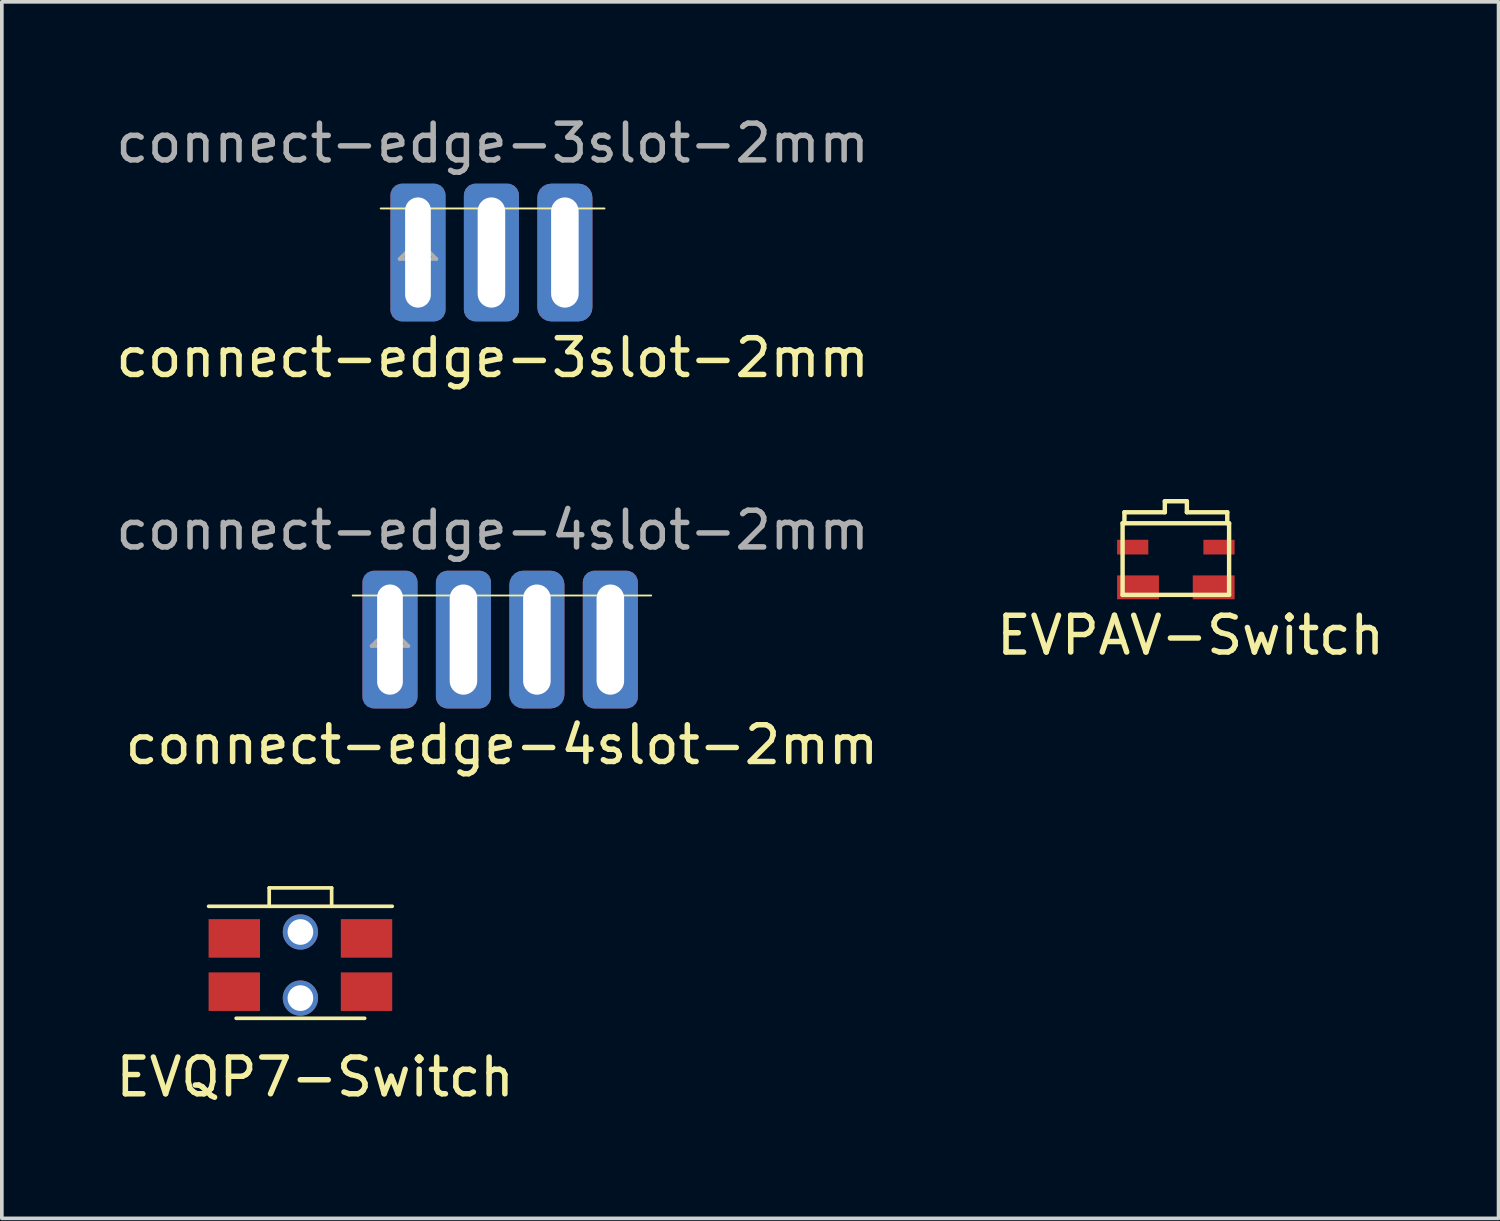
<source format=kicad_pcb>
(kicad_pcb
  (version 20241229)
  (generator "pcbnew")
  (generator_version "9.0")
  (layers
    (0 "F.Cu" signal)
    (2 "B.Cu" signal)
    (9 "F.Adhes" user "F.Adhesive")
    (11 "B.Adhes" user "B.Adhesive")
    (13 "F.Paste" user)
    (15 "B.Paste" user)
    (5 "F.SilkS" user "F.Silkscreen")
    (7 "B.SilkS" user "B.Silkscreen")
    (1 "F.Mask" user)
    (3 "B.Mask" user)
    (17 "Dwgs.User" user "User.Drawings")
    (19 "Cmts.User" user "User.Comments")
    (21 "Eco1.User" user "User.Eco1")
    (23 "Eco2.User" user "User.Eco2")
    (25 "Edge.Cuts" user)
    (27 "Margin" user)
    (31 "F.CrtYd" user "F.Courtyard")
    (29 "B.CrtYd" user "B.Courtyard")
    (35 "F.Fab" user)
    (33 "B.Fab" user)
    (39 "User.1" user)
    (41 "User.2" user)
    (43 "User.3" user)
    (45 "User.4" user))
  (footprint "connect-edge-4slot-2mm"
    (layer "F.Cu")
    (at 7.569 13.165)
    (property "Reference" "connect-edge-4slot-2mm" (at 3.048 4.064 0) (layer "F.SilkS") (effects (font (size 1 1) (thickness 0.15))))
    (property "Value" "${VALUE}" (at 2.794 -3.302 0) (layer "F.Fab") (hide yes) (effects (font (size 1 1) (thickness 0.15))))
    (attr through_hole)
    (fp_line (start -1.016 0) (end 7.112 0) (stroke (width 0.05) (type solid)) (layer "F.SilkS"))
    (fp_line (start -0.5 1.375) (end 0.5 1.375) (stroke (width 0.1) (type solid)) (layer "F.Fab"))
    (fp_line (start 0 0.875) (end -0.5 1.375) (stroke (width 0.1) (type solid)) (layer "F.Fab"))
    (fp_line (start 0.5 1.375) (end 0 0.875) (stroke (width 0.1) (type solid)) (layer "F.Fab"))
    (fp_text user "${REFERENCE}" (at 2.794 -1.778 0) (layer "F.Fab") (effects (font (size 1 1) (thickness 0.15))))
    (pad "1" thru_hole roundrect (at 0 1.2) (size 1.5 3.75) (drill oval 0.7 3) (layers "*.Cu" "*.Mask") (roundrect_rratio 0.208))
    (pad "2" thru_hole roundrect (at 2 1.2) (size 1.5 3.75) (drill oval 0.75 3) (layers "*.Cu" "*.Mask") (roundrect_rratio 0.208))
    (pad "3" thru_hole roundrect (at 4 1.2) (size 1.5 3.75) (drill oval 0.75 3) (layers "*.Cu" "*.Mask") (roundrect_rratio 0.25))
    (pad "4" thru_hole roundrect (at 6 1.2) (size 1.5 3.75) (drill oval 0.75 3) (layers "*.Cu" "*.Mask") (roundrect_rratio 0.208)))
  (footprint "EVPAV-Switch"
    (layer "F.Cu")
    (at 28.967 11.198)
    (property "Reference" "EVPAV-Switch" (at 0.4 3.05 0) (layer "F.SilkS") (effects (font (size 1 1) (thickness 0.15))))
    (attr through_hole)
    (fp_line (start -1.45 0) (end 1.45 0) (stroke (width 0.12) (type solid)) (layer "F.SilkS"))
    (fp_line (start -1.45 1.95) (end -1.45 0) (stroke (width 0.12) (type solid)) (layer "F.SilkS"))
    (fp_line (start -1.4 -0.3) (end -0.3 -0.3) (stroke (width 0.12) (type solid)) (layer "F.SilkS"))
    (fp_line (start -1.4 0) (end -1.4 -0.3) (stroke (width 0.12) (type solid)) (layer "F.SilkS"))
    (fp_line (start -0.3 -0.6) (end 0.3 -0.6) (stroke (width 0.12) (type solid)) (layer "F.SilkS"))
    (fp_line (start -0.3 -0.3) (end -0.3 -0.6) (stroke (width 0.12) (type solid)) (layer "F.SilkS"))
    (fp_line (start 0.3 -0.6) (end 0.3 -0.3) (stroke (width 0.12) (type solid)) (layer "F.SilkS"))
    (fp_line (start 0.3 -0.3) (end 1.4 -0.3) (stroke (width 0.12) (type solid)) (layer "F.SilkS"))
    (fp_line (start 1.4 -0.3) (end 1.4 0) (stroke (width 0.12) (type solid)) (layer "F.SilkS"))
    (fp_line (start 1.45 0) (end 1.45 1.95) (stroke (width 0.12) (type solid)) (layer "F.SilkS"))
    (fp_line (start 1.45 1.95) (end -1.45 1.95) (stroke (width 0.12) (type solid)) (layer "F.SilkS"))
    (pad "1" smd rect (at 1.03 1.745) (size 1.14 0.65) (layers "F.Cu" "F.Mask" "F.Paste"))
    (pad "1" smd rect (at 1.175 0.65) (size 0.85 0.4) (layers "F.Cu" "F.Mask" "F.Paste"))
    (pad "2" smd rect (at -1.175 0.65) (size 0.85 0.4) (layers "F.Cu" "F.Mask" "F.Paste"))
    (pad "2" smd rect (at -1.03 1.745) (size 1.14 0.65) (layers "F.Cu" "F.Mask" "F.Paste")))
  (footprint "connect-edge-3slot-2mm"
    (layer "F.Cu")
    (at 8.331 2.626)
    (property "Reference" "connect-edge-3slot-2mm" (at 2.032 4.064 0) (layer "F.SilkS") (effects (font (size 1 1) (thickness 0.15))))
    (property "Value" "${VALUE}" (at 2.032 -3.302 0) (layer "F.Fab") (hide yes) (effects (font (size 1 1) (thickness 0.15))))
    (attr through_hole)
    (fp_line (start -1.016 0) (end 5.08 0) (stroke (width 0.05) (type solid)) (layer "F.SilkS"))
    (fp_line (start -0.5 1.375) (end 0.5 1.375) (stroke (width 0.1) (type solid)) (layer "F.Fab"))
    (fp_line (start 0 0.875) (end -0.5 1.375) (stroke (width 0.1) (type solid)) (layer "F.Fab"))
    (fp_line (start 0.5 1.375) (end 0 0.875) (stroke (width 0.1) (type solid)) (layer "F.Fab"))
    (fp_text user "${REFERENCE}" (at 2.032 -1.778 0) (layer "F.Fab") (effects (font (size 1 1) (thickness 0.15))))
    (pad "1" thru_hole roundrect (at 0 1.2) (size 1.5 3.75) (drill oval 0.7 3) (layers "*.Cu" "*.Mask") (roundrect_rratio 0.208))
    (pad "2" thru_hole roundrect (at 2 1.2) (size 1.5 3.75) (drill oval 0.75 3) (layers "*.Cu" "*.Mask") (roundrect_rratio 0.208))
    (pad "3" thru_hole roundrect (at 4 1.2) (size 1.5 3.75) (drill oval 0.75 3) (layers "*.Cu" "*.Mask") (roundrect_rratio 0.25)))
  (footprint "EVQP7-Switch"
    (layer "F.Cu")
    (at 5.13 23.227)
    (property "Reference" "EVQP7-Switch" (at 0.4 3.05 0) (layer "F.SilkS") (effects (font (size 1 1) (thickness 0.15))))
    (attr through_hole)
    (fp_line (start -2.5 -1.6) (end 2.5 -1.6) (stroke (width 0.1) (type solid)) (layer "F.SilkS"))
    (fp_line (start -0.85 -2.1) (end -0.85 -1.6) (stroke (width 0.1) (type solid)) (layer "F.SilkS"))
    (fp_line (start -0.85 -2.1) (end 0.85 -2.1) (stroke (width 0.1) (type solid)) (layer "F.SilkS"))
    (fp_line (start 0.85 -2.1) (end 0.85 -1.6) (stroke (width 0.1) (type solid)) (layer "F.SilkS"))
    (fp_line (start 1.75 1.45) (end -1.75 1.45) (stroke (width 0.1) (type solid)) (layer "F.SilkS"))
    (pad "1" smd rect (at -1.8 -0.725) (size 1.4 1.05) (layers "F.Cu" "F.Mask" "F.Paste"))
    (pad "1" thru_hole circle (at 0 -0.9) (size 0.96 0.96) (drill 0.7) (layers "*.Cu" "*.Mask"))
    (pad "1" smd rect (at 1.8 -0.725) (size 1.4 1.05) (layers "F.Cu" "F.Mask" "F.Paste"))
    (pad "2" smd rect (at -1.8 0.725) (size 1.4 1.05) (layers "F.Cu" "F.Mask" "F.Paste"))
    (pad "2" thru_hole circle (at 0 0.9) (size 0.96 0.96) (drill 0.7) (layers "*.Cu" "*.Mask"))
    (pad "2" smd rect (at 1.8 0.725) (size 1.4 1.05) (layers "F.Cu" "F.Mask" "F.Paste")))
  (gr_rect
    (start -3 -3)
    (end 37.754 30.125)
    (stroke (width 0.1) (type default))
    (fill no)
    (layer "Edge.Cuts")))
</source>
